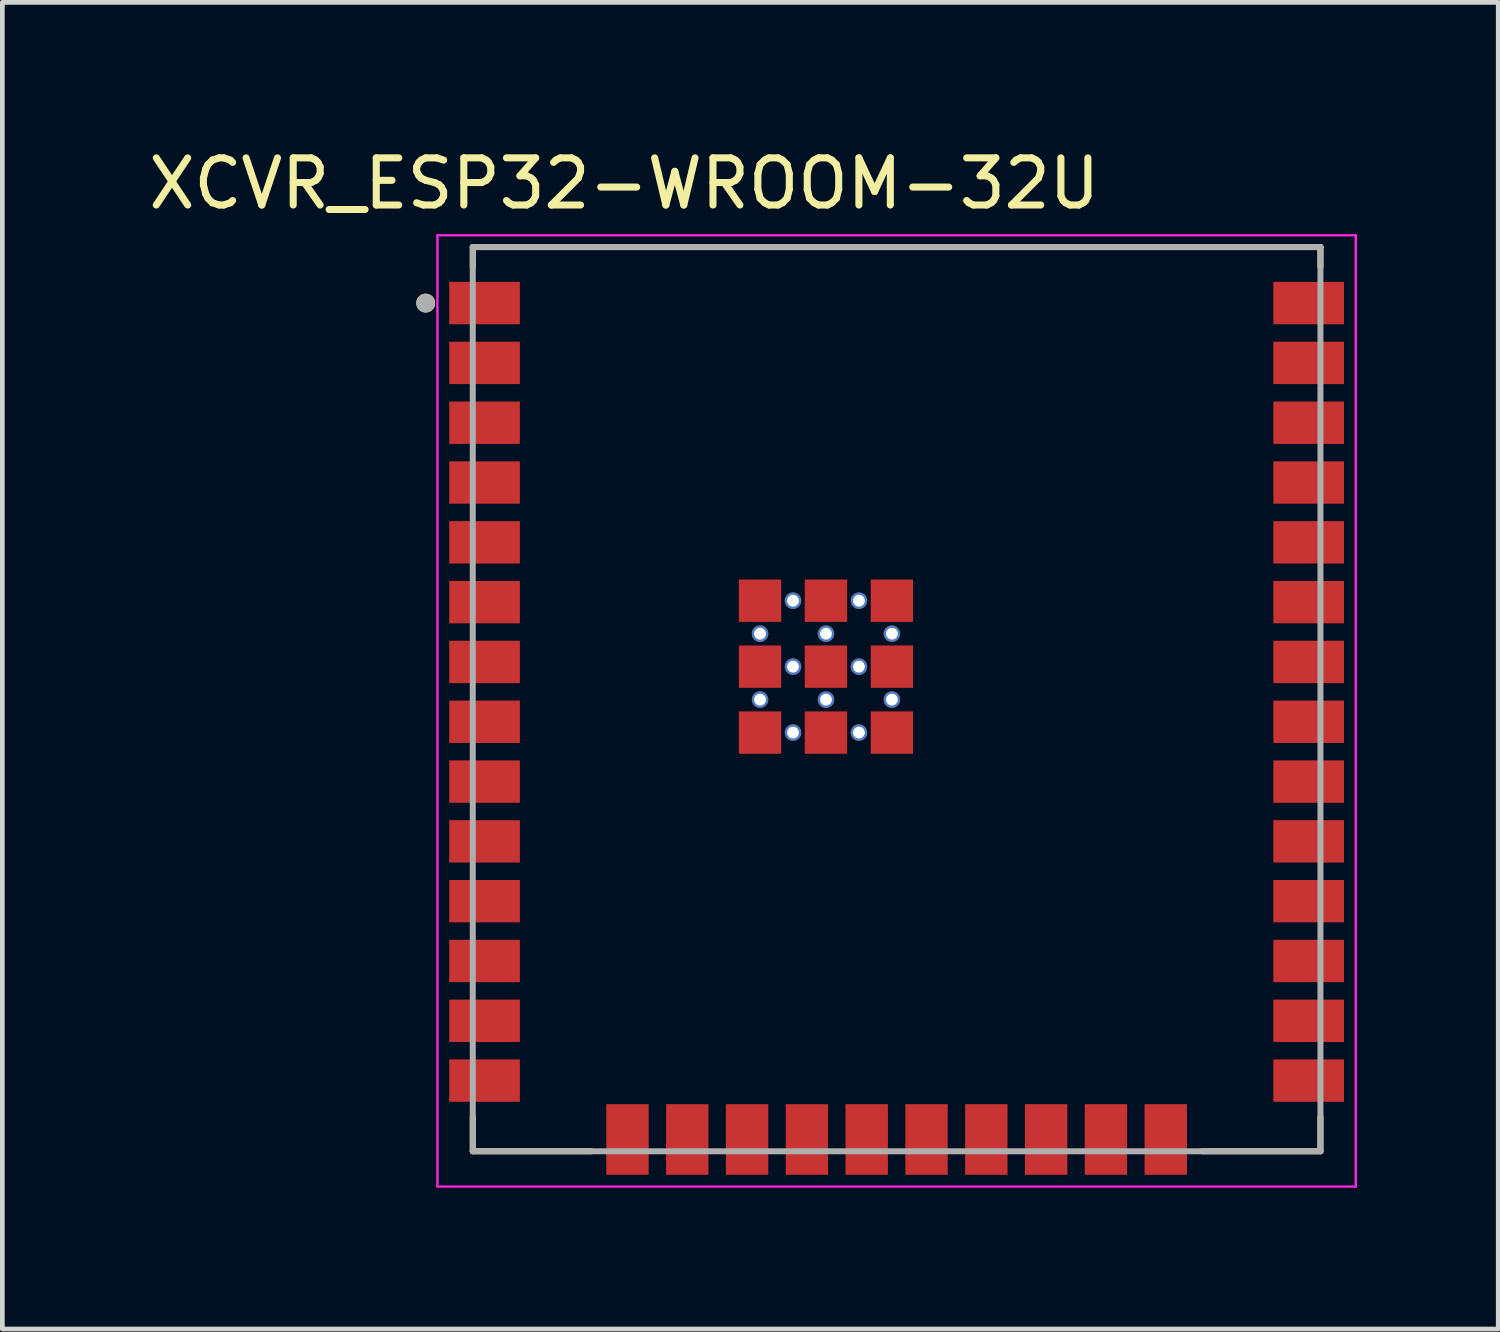
<source format=kicad_pcb>
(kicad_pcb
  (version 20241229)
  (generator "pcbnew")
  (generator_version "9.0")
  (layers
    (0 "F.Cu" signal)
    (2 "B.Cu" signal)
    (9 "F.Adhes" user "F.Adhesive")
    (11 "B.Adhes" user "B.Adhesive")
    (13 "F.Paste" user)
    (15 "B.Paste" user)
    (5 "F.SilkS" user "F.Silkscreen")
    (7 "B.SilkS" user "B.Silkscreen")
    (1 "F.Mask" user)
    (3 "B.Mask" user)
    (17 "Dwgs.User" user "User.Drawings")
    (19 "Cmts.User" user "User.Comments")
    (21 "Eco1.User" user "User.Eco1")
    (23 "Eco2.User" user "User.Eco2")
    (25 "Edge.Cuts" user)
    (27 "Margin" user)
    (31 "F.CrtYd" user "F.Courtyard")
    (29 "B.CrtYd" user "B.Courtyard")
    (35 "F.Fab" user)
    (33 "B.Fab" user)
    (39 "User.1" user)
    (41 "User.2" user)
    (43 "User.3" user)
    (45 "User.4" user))
  (footprint "XCVR_ESP32-WROOM-32U"
    (layer "F.Cu")
    (at 15.989 11.796)
    (property "Reference" "XCVR_ESP32-WROOM-32U" (at -5.782 -10.948 0) (layer "F.SilkS") (effects (font (size 1.001 1.001) (thickness 0.15))))
    (attr smd)
    (fp_line (start -9 -9.6) (end 9 -9.6) (stroke (width 0.127) (type solid)) (layer "F.SilkS"))
    (fp_line (start -9 -9.18) (end -9 -9.6) (stroke (width 0.127) (type solid)) (layer "F.SilkS"))
    (fp_line (start -9 8.87) (end -9 9.6) (stroke (width 0.127) (type solid)) (layer "F.SilkS"))
    (fp_line (start -9 9.6) (end -6.485 9.6) (stroke (width 0.127) (type solid)) (layer "F.SilkS"))
    (fp_line (start 6.485 9.6) (end 9 9.6) (stroke (width 0.127) (type solid)) (layer "F.SilkS"))
    (fp_line (start 9 -9.6) (end 9 -9.18) (stroke (width 0.127) (type solid)) (layer "F.SilkS"))
    (fp_line (start 9 9.6) (end 9 8.87) (stroke (width 0.127) (type solid)) (layer "F.SilkS"))
    (fp_circle (center -10 -8.41) (end -9.9 -8.41) (stroke (width 0.2) (type solid)) (fill no) (layer "F.SilkS"))
    (fp_line (start -9.75 -9.85) (end 9.75 -9.85) (stroke (width 0.05) (type solid)) (layer "F.CrtYd"))
    (fp_line (start -9.75 10.35) (end -9.75 -9.85) (stroke (width 0.05) (type solid)) (layer "F.CrtYd"))
    (fp_line (start 9.75 -9.85) (end 9.75 10.35) (stroke (width 0.05) (type solid)) (layer "F.CrtYd"))
    (fp_line (start 9.75 10.35) (end -9.75 10.35) (stroke (width 0.05) (type solid)) (layer "F.CrtYd"))
    (fp_line (start -9 -9.6) (end 9 -9.6) (stroke (width 0.127) (type solid)) (layer "F.Fab"))
    (fp_line (start -9 9.6) (end -9 -9.6) (stroke (width 0.127) (type solid)) (layer "F.Fab"))
    (fp_line (start 9 -9.6) (end 9 9.6) (stroke (width 0.127) (type solid)) (layer "F.Fab"))
    (fp_line (start 9 9.6) (end -9 9.6) (stroke (width 0.127) (type solid)) (layer "F.Fab"))
    (fp_circle (center -10 -8.41) (end -9.9 -8.41) (stroke (width 0.2) (type solid)) (fill no) (layer "F.Fab"))
    (pad "1" smd rect (at -8.75 -8.41) (size 1.5 0.9) (layers "F.Cu" "F.Mask" "F.Paste"))
    (pad "2" smd rect (at -8.75 -7.14) (size 1.5 0.9) (layers "F.Cu" "F.Mask" "F.Paste"))
    (pad "3" smd rect (at -8.75 -5.87) (size 1.5 0.9) (layers "F.Cu" "F.Mask" "F.Paste"))
    (pad "4" smd rect (at -8.75 -4.6) (size 1.5 0.9) (layers "F.Cu" "F.Mask" "F.Paste"))
    (pad "5" smd rect (at -8.75 -3.33) (size 1.5 0.9) (layers "F.Cu" "F.Mask" "F.Paste"))
    (pad "6" smd rect (at -8.75 -2.06) (size 1.5 0.9) (layers "F.Cu" "F.Mask" "F.Paste"))
    (pad "7" smd rect (at -8.75 -0.79) (size 1.5 0.9) (layers "F.Cu" "F.Mask" "F.Paste"))
    (pad "8" smd rect (at -8.75 0.48) (size 1.5 0.9) (layers "F.Cu" "F.Mask" "F.Paste"))
    (pad "9" smd rect (at -8.75 1.75) (size 1.5 0.9) (layers "F.Cu" "F.Mask" "F.Paste"))
    (pad "10" smd rect (at -8.75 3.02) (size 1.5 0.9) (layers "F.Cu" "F.Mask" "F.Paste"))
    (pad "11" smd rect (at -8.75 4.29) (size 1.5 0.9) (layers "F.Cu" "F.Mask" "F.Paste"))
    (pad "12" smd rect (at -8.75 5.56) (size 1.5 0.9) (layers "F.Cu" "F.Mask" "F.Paste"))
    (pad "13" smd rect (at -8.75 6.83) (size 1.5 0.9) (layers "F.Cu" "F.Mask" "F.Paste"))
    (pad "14" smd rect (at -8.75 8.1) (size 1.5 0.9) (layers "F.Cu" "F.Mask" "F.Paste"))
    (pad "15" smd rect (at -5.715 9.35) (size 0.9 1.5) (layers "F.Cu" "F.Mask" "F.Paste"))
    (pad "16" smd rect (at -4.445 9.35) (size 0.9 1.5) (layers "F.Cu" "F.Mask" "F.Paste"))
    (pad "17" smd rect (at -3.175 9.35) (size 0.9 1.5) (layers "F.Cu" "F.Mask" "F.Paste"))
    (pad "18" smd rect (at -1.905 9.35) (size 0.9 1.5) (layers "F.Cu" "F.Mask" "F.Paste"))
    (pad "19" smd rect (at -0.635 9.35) (size 0.9 1.5) (layers "F.Cu" "F.Mask" "F.Paste"))
    (pad "20" smd rect (at 0.635 9.35) (size 0.9 1.5) (layers "F.Cu" "F.Mask" "F.Paste"))
    (pad "21" smd rect (at 1.905 9.35) (size 0.9 1.5) (layers "F.Cu" "F.Mask" "F.Paste"))
    (pad "22" smd rect (at 3.175 9.35) (size 0.9 1.5) (layers "F.Cu" "F.Mask" "F.Paste"))
    (pad "23" smd rect (at 4.445 9.35) (size 0.9 1.5) (layers "F.Cu" "F.Mask" "F.Paste"))
    (pad "24" smd rect (at 5.715 9.35) (size 0.9 1.5) (layers "F.Cu" "F.Mask" "F.Paste"))
    (pad "25" smd rect (at 8.75 8.1) (size 1.5 0.9) (layers "F.Cu" "F.Mask" "F.Paste"))
    (pad "26" smd rect (at 8.75 6.83) (size 1.5 0.9) (layers "F.Cu" "F.Mask" "F.Paste"))
    (pad "27" smd rect (at 8.75 5.56) (size 1.5 0.9) (layers "F.Cu" "F.Mask" "F.Paste"))
    (pad "28" smd rect (at 8.75 4.29) (size 1.5 0.9) (layers "F.Cu" "F.Mask" "F.Paste"))
    (pad "29" smd rect (at 8.75 3.02) (size 1.5 0.9) (layers "F.Cu" "F.Mask" "F.Paste"))
    (pad "30" smd rect (at 8.75 1.75) (size 1.5 0.9) (layers "F.Cu" "F.Mask" "F.Paste"))
    (pad "31" smd rect (at 8.75 0.48) (size 1.5 0.9) (layers "F.Cu" "F.Mask" "F.Paste"))
    (pad "32" smd rect (at 8.75 -0.79) (size 1.5 0.9) (layers "F.Cu" "F.Mask" "F.Paste"))
    (pad "33" smd rect (at 8.75 -2.06) (size 1.5 0.9) (layers "F.Cu" "F.Mask" "F.Paste"))
    (pad "34" smd rect (at 8.75 -3.33) (size 1.5 0.9) (layers "F.Cu" "F.Mask" "F.Paste"))
    (pad "35" smd rect (at 8.75 -4.6) (size 1.5 0.9) (layers "F.Cu" "F.Mask" "F.Paste"))
    (pad "36" smd rect (at 8.75 -5.87) (size 1.5 0.9) (layers "F.Cu" "F.Mask" "F.Paste"))
    (pad "37" smd rect (at 8.75 -7.14) (size 1.5 0.9) (layers "F.Cu" "F.Mask" "F.Paste"))
    (pad "38" smd rect (at 8.75 -8.41) (size 1.5 0.9) (layers "F.Cu" "F.Mask" "F.Paste"))
    (pad "39_1" smd rect (at -2.9 -2.09) (size 0.9 0.9) (layers "F.Cu" "F.Mask" "F.Paste"))
    (pad "39_2" smd rect (at -1.5 -2.09) (size 0.9 0.9) (layers "F.Cu" "F.Mask" "F.Paste"))
    (pad "39_3" smd rect (at -0.1 -2.09) (size 0.9 0.9) (layers "F.Cu" "F.Mask" "F.Paste"))
    (pad "39_4" smd rect (at -2.9 -0.69) (size 0.9 0.9) (layers "F.Cu" "F.Mask" "F.Paste"))
    (pad "39_5" smd rect (at -1.5 -0.69) (size 0.9 0.9) (layers "F.Cu" "F.Mask" "F.Paste"))
    (pad "39_6" smd rect (at -0.1 -0.69) (size 0.9 0.9) (layers "F.Cu" "F.Mask" "F.Paste"))
    (pad "39_7" smd rect (at -2.9 0.71) (size 0.9 0.9) (layers "F.Cu" "F.Mask" "F.Paste"))
    (pad "39_8" smd rect (at -1.5 0.71) (size 0.9 0.9) (layers "F.Cu" "F.Mask" "F.Paste"))
    (pad "39_9" smd rect (at -0.1 0.71) (size 0.9 0.9) (layers "F.Cu" "F.Mask" "F.Paste"))
    (pad "40_1" thru_hole circle (at -2.2 -2.09) (size 0.35 0.35) (drill 0.25) (layers "*.Cu"))
    (pad "40_2" thru_hole circle (at -0.8 -2.09) (size 0.35 0.35) (drill 0.25) (layers "*.Cu"))
    (pad "40_3" thru_hole circle (at -2.9 -1.39) (size 0.35 0.35) (drill 0.25) (layers "*.Cu"))
    (pad "40_4" thru_hole circle (at -1.5 -1.39) (size 0.35 0.35) (drill 0.25) (layers "*.Cu"))
    (pad "40_5" thru_hole circle (at -0.1 -1.39) (size 0.35 0.35) (drill 0.25) (layers "*.Cu"))
    (pad "40_6" thru_hole circle (at -2.2 -0.69) (size 0.35 0.35) (drill 0.25) (layers "*.Cu"))
    (pad "40_7" thru_hole circle (at -0.8 -0.69) (size 0.35 0.35) (drill 0.25) (layers "*.Cu"))
    (pad "40_8" thru_hole circle (at -2.9 0.01) (size 0.35 0.35) (drill 0.25) (layers "*.Cu"))
    (pad "40_9" thru_hole circle (at -1.5 0.01) (size 0.35 0.35) (drill 0.25) (layers "*.Cu"))
    (pad "40_10" thru_hole circle (at -0.1 0.01) (size 0.35 0.35) (drill 0.25) (layers "*.Cu"))
    (pad "40_11" thru_hole circle (at -2.2 0.71) (size 0.35 0.35) (drill 0.25) (layers "*.Cu"))
    (pad "40_12" thru_hole circle (at -0.8 0.71) (size 0.35 0.35) (drill 0.25) (layers "*.Cu")))
  (gr_rect
    (start -3 -3)
    (end 28.764 25.171)
    (stroke (width 0.1) (type default))
    (fill no)
    (layer "Edge.Cuts")))
</source>
